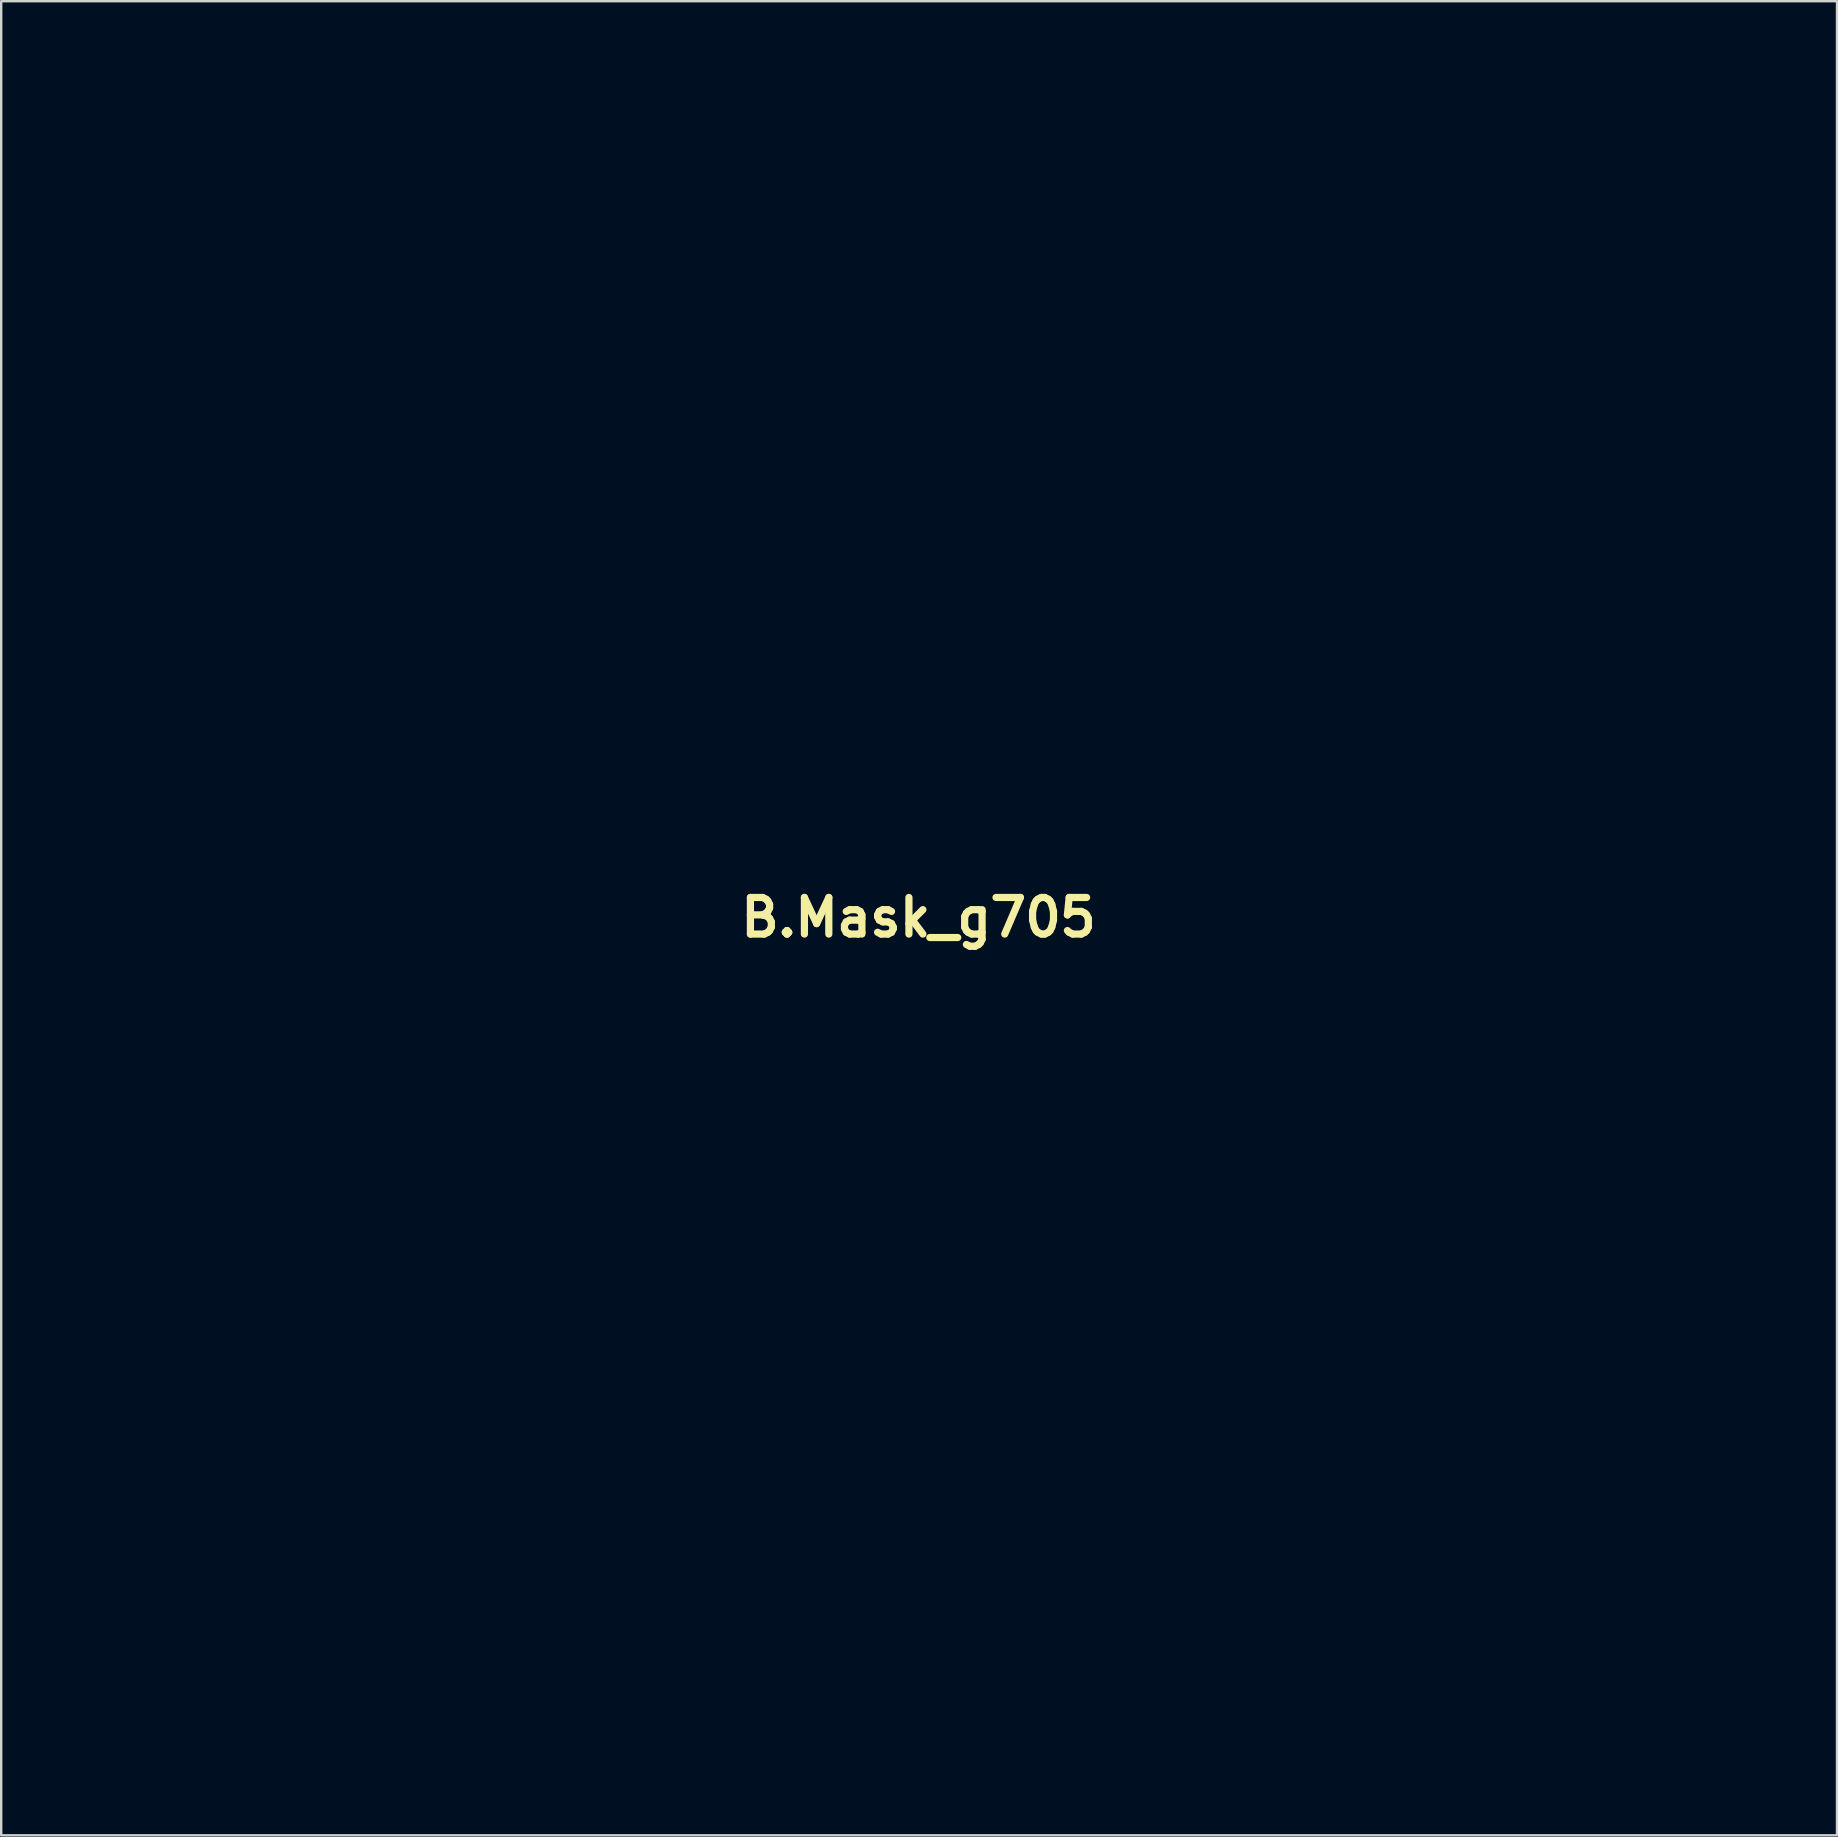
<source format=kicad_pcb>
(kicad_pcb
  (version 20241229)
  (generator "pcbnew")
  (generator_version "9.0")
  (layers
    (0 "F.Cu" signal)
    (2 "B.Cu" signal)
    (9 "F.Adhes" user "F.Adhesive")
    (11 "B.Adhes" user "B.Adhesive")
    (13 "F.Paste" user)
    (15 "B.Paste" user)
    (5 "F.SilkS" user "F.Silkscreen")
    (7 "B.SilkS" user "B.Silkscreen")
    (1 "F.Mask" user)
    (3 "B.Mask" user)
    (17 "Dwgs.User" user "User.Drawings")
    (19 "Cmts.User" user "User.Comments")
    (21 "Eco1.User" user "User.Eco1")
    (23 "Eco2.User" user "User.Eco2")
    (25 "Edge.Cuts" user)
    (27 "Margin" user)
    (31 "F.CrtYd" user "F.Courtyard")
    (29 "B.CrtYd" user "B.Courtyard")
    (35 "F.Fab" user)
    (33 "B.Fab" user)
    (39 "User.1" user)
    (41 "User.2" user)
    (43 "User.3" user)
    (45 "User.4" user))
  (footprint "B.Mask_g705"
    (layer "F.Cu")
    (at 35.22 35.178)
    (property "Reference" "B.Mask_g705" (at 0 0 0) (layer "F.SilkS") (effects (font (size 1.524 1.524) (thickness 0.3))))
    (attr through_hole)
    (fp_poly (pts (xy -13.848 32.249) (xy -13.669 32.269) (xy -13.522 32.305) (xy -13.294 32.4) (xy -13.085 32.529) (xy -12.9 32.685) (xy -12.745 32.866) (xy -12.641 33.035) (xy -12.542 33.269) (xy -12.483 33.507) (xy -12.464 33.747) (xy -12.483 33.984) (xy -12.541 34.214) (xy -12.636 34.433) (xy -12.768 34.637) (xy -12.901 34.787) (xy -13.045 34.919) (xy -13.184 35.02) (xy -13.33 35.098) (xy -13.455 35.148) (xy -13.684 35.211) (xy -13.906 35.237) (xy -14.131 35.227) (xy -14.235 35.212) (xy -14.464 35.149) (xy -14.68 35.049) (xy -14.877 34.917) (xy -15.053 34.755) (xy -15.202 34.569) (xy -15.32 34.362) (xy -15.403 34.138) (xy -15.421 34.067) (xy -15.446 33.886) (xy -15.45 33.688) (xy -15.432 33.49) (xy -15.394 33.309) (xy -15.379 33.263) (xy -15.28 33.034) (xy -15.146 32.828) (xy -14.98 32.646) (xy -14.786 32.493) (xy -14.566 32.371) (xy -14.372 32.297) (xy -14.215 32.263) (xy -14.035 32.247) (xy -13.848 32.249)) (stroke (width 0.01) (type solid)) (fill yes) (layer "B.Mask"))
    (fp_poly (pts (xy 14.277 -35.14) (xy 14.514 -35.069) (xy 14.729 -34.963) (xy 14.922 -34.821) (xy 15.091 -34.644) (xy 15.234 -34.435) (xy 15.294 -34.321) (xy 15.382 -34.093) (xy 15.43 -33.86) (xy 15.44 -33.625) (xy 15.413 -33.395) (xy 15.352 -33.172) (xy 15.257 -32.961) (xy 15.13 -32.766) (xy 14.973 -32.591) (xy 14.787 -32.441) (xy 14.574 -32.32) (xy 14.548 -32.308) (xy 14.365 -32.244) (xy 14.163 -32.203) (xy 13.958 -32.185) (xy 13.768 -32.195) (xy 13.767 -32.195) (xy 13.629 -32.218) (xy 13.509 -32.249) (xy 13.39 -32.293) (xy 13.282 -32.342) (xy 13.077 -32.463) (xy 12.897 -32.616) (xy 12.742 -32.796) (xy 12.618 -32.998) (xy 12.526 -33.218) (xy 12.468 -33.45) (xy 12.449 -33.689) (xy 12.452 -33.771) (xy 12.486 -34.015) (xy 12.557 -34.242) (xy 12.666 -34.454) (xy 12.815 -34.653) (xy 12.903 -34.746) (xy 13.094 -34.909) (xy 13.303 -35.034) (xy 13.529 -35.12) (xy 13.769 -35.167) (xy 14.021 -35.173) (xy 14.277 -35.14)) (stroke (width 0.01) (type solid)) (fill yes) (layer "B.Mask"))
    (fp_poly (pts (xy 34.078 -15.422) (xy 34.289 -15.365) (xy 34.455 -15.294) (xy 34.673 -15.156) (xy 34.86 -14.992) (xy 35.013 -14.804) (xy 35.131 -14.594) (xy 35.212 -14.364) (xy 35.256 -14.117) (xy 35.264 -13.959) (xy 35.244 -13.706) (xy 35.185 -13.467) (xy 35.09 -13.245) (xy 34.961 -13.045) (xy 34.799 -12.867) (xy 34.607 -12.716) (xy 34.388 -12.594) (xy 34.227 -12.53) (xy 34.097 -12.499) (xy 33.941 -12.479) (xy 33.773 -12.472) (xy 33.607 -12.477) (xy 33.459 -12.496) (xy 33.401 -12.509) (xy 33.167 -12.591) (xy 32.958 -12.704) (xy 32.776 -12.844) (xy 32.621 -13.007) (xy 32.493 -13.188) (xy 32.395 -13.386) (xy 32.326 -13.594) (xy 32.288 -13.81) (xy 32.281 -14.03) (xy 32.306 -14.249) (xy 32.364 -14.465) (xy 32.457 -14.673) (xy 32.584 -14.869) (xy 32.746 -15.05) (xy 32.824 -15.12) (xy 32.951 -15.211) (xy 33.103 -15.296) (xy 33.262 -15.367) (xy 33.412 -15.416) (xy 33.422 -15.419) (xy 33.632 -15.45) (xy 33.855 -15.45) (xy 34.078 -15.422)) (stroke (width 0.01) (type solid)) (fill yes) (layer "B.Mask"))
    (fp_poly (pts (xy -13.905 -35.173) (xy -13.72 -35.147) (xy -13.536 -35.092) (xy -13.356 -35.014) (xy -13.153 -34.892) (xy -12.972 -34.737) (xy -12.816 -34.553) (xy -12.69 -34.346) (xy -12.603 -34.133) (xy -12.549 -33.893) (xy -12.535 -33.651) (xy -12.56 -33.413) (xy -12.623 -33.182) (xy -12.722 -32.963) (xy -12.857 -32.76) (xy -13.025 -32.577) (xy -13.108 -32.506) (xy -13.307 -32.373) (xy -13.527 -32.274) (xy -13.761 -32.211) (xy -14.003 -32.185) (xy -14.232 -32.197) (xy -14.453 -32.242) (xy -14.656 -32.319) (xy -14.847 -32.431) (xy -15.032 -32.581) (xy -15.093 -32.639) (xy -15.185 -32.735) (xy -15.254 -32.818) (xy -15.309 -32.901) (xy -15.361 -32.997) (xy -15.362 -32.999) (xy -15.435 -33.162) (xy -15.483 -33.31) (xy -15.511 -33.459) (xy -15.522 -33.627) (xy -15.522 -33.687) (xy -15.515 -33.869) (xy -15.491 -34.027) (xy -15.446 -34.178) (xy -15.377 -34.337) (xy -15.371 -34.349) (xy -15.242 -34.564) (xy -15.084 -34.75) (xy -14.899 -34.905) (xy -14.691 -35.026) (xy -14.462 -35.113) (xy -14.215 -35.163) (xy -14.106 -35.173) (xy -13.905 -35.173)) (stroke (width 0.01) (type solid)) (fill yes) (layer "B.Mask"))
    (fp_poly (pts (xy 14.336 32.268) (xy 14.347 32.27) (xy 14.581 32.338) (xy 14.8 32.443) (xy 14.997 32.581) (xy 15.171 32.749) (xy 15.317 32.944) (xy 15.433 33.161) (xy 15.508 33.38) (xy 15.531 33.507) (xy 15.543 33.659) (xy 15.543 33.82) (xy 15.532 33.972) (xy 15.509 34.099) (xy 15.427 34.33) (xy 15.311 34.544) (xy 15.163 34.736) (xy 14.988 34.903) (xy 14.79 35.04) (xy 14.573 35.143) (xy 14.425 35.19) (xy 14.348 35.205) (xy 14.249 35.218) (xy 14.141 35.229) (xy 14.036 35.235) (xy 13.946 35.236) (xy 13.883 35.232) (xy 13.875 35.231) (xy 13.831 35.221) (xy 13.763 35.207) (xy 13.716 35.198) (xy 13.549 35.148) (xy 13.374 35.068) (xy 13.202 34.964) (xy 13.044 34.842) (xy 12.911 34.71) (xy 12.889 34.685) (xy 12.757 34.496) (xy 12.66 34.301) (xy 12.598 34.091) (xy 12.568 33.862) (xy 12.564 33.718) (xy 12.566 33.599) (xy 12.571 33.508) (xy 12.581 33.434) (xy 12.598 33.363) (xy 12.623 33.285) (xy 12.724 33.051) (xy 12.855 32.843) (xy 13.014 32.662) (xy 13.196 32.51) (xy 13.399 32.39) (xy 13.618 32.304) (xy 13.849 32.253) (xy 14.09 32.24) (xy 14.336 32.268)) (stroke (width 0.01) (type solid)) (fill yes) (layer "B.Mask"))
    (fp_poly (pts (xy 33.919 12.532) (xy 34.078 12.557) (xy 34.232 12.604) (xy 34.398 12.675) (xy 34.417 12.684) (xy 34.508 12.732) (xy 34.586 12.783) (xy 34.664 12.845) (xy 34.753 12.928) (xy 34.789 12.964) (xy 34.881 13.059) (xy 34.95 13.138) (xy 35.003 13.214) (xy 35.051 13.298) (xy 35.07 13.335) (xy 35.142 13.498) (xy 35.191 13.647) (xy 35.218 13.797) (xy 35.229 13.965) (xy 35.229 14.023) (xy 35.222 14.208) (xy 35.196 14.368) (xy 35.15 14.52) (xy 35.08 14.679) (xy 34.948 14.897) (xy 34.787 15.086) (xy 34.599 15.244) (xy 34.385 15.369) (xy 34.195 15.444) (xy 34.051 15.479) (xy 33.888 15.501) (xy 33.718 15.51) (xy 33.559 15.504) (xy 33.433 15.485) (xy 33.191 15.409) (xy 32.971 15.3) (xy 32.776 15.161) (xy 32.607 14.996) (xy 32.468 14.808) (xy 32.359 14.602) (xy 32.284 14.38) (xy 32.245 14.146) (xy 32.243 13.904) (xy 32.281 13.66) (xy 32.312 13.561) (xy 32.362 13.442) (xy 32.423 13.316) (xy 32.489 13.198) (xy 32.553 13.101) (xy 32.576 13.07) (xy 32.755 12.887) (xy 32.955 12.74) (xy 33.174 12.63) (xy 33.409 12.558) (xy 33.657 12.526) (xy 33.74 12.524) (xy 33.919 12.532)) (stroke (width 0.01) (type solid)) (fill yes) (layer "B.Mask"))
    (fp_poly (pts (xy -33.594 -15.44) (xy -33.501 -15.437) (xy -33.429 -15.431) (xy -33.367 -15.419) (xy -33.305 -15.402) (xy -33.242 -15.381) (xy -33.01 -15.278) (xy -32.801 -15.141) (xy -32.619 -14.973) (xy -32.466 -14.776) (xy -32.345 -14.554) (xy -32.276 -14.372) (xy -32.254 -14.293) (xy -32.239 -14.218) (xy -32.231 -14.135) (xy -32.228 -14.031) (xy -32.228 -13.949) (xy -32.23 -13.827) (xy -32.236 -13.734) (xy -32.247 -13.656) (xy -32.265 -13.582) (xy -32.286 -13.515) (xy -32.364 -13.318) (xy -32.466 -13.143) (xy -32.598 -12.977) (xy -32.67 -12.901) (xy -32.861 -12.737) (xy -33.069 -12.612) (xy -33.297 -12.524) (xy -33.351 -12.509) (xy -33.522 -12.479) (xy -33.713 -12.468) (xy -33.903 -12.477) (xy -34.077 -12.505) (xy -34.095 -12.51) (xy -34.326 -12.592) (xy -34.539 -12.711) (xy -34.733 -12.869) (xy -34.766 -12.901) (xy -34.896 -13.043) (xy -34.996 -13.179) (xy -35.074 -13.323) (xy -35.129 -13.463) (xy -35.193 -13.708) (xy -35.215 -13.954) (xy -35.197 -14.198) (xy -35.137 -14.436) (xy -35.038 -14.663) (xy -34.97 -14.779) (xy -34.817 -14.974) (xy -34.633 -15.142) (xy -34.422 -15.279) (xy -34.187 -15.383) (xy -34.186 -15.384) (xy -34.118 -15.407) (xy -34.058 -15.422) (xy -33.995 -15.432) (xy -33.919 -15.438) (xy -33.819 -15.44) (xy -33.718 -15.44) (xy -33.594 -15.44)) (stroke (width 0.01) (type solid)) (fill yes) (layer "B.Mask"))
    (fp_poly (pts (xy -33.465 12.543) (xy -33.226 12.601) (xy -33.004 12.698) (xy -32.799 12.834) (xy -32.612 13.007) (xy -32.569 13.057) (xy -32.5 13.15) (xy -32.429 13.268) (xy -32.361 13.399) (xy -32.304 13.527) (xy -32.265 13.639) (xy -32.259 13.66) (xy -32.222 13.905) (xy -32.225 14.146) (xy -32.266 14.381) (xy -32.342 14.604) (xy -32.451 14.812) (xy -32.591 15.001) (xy -32.761 15.167) (xy -32.956 15.305) (xy -33.176 15.413) (xy -33.263 15.444) (xy -33.384 15.474) (xy -33.527 15.495) (xy -33.679 15.508) (xy -33.824 15.51) (xy -33.95 15.501) (xy -33.992 15.494) (xy -34.239 15.421) (xy -34.466 15.313) (xy -34.668 15.173) (xy -34.844 15.002) (xy -34.991 14.805) (xy -35.105 14.583) (xy -35.171 14.391) (xy -35.194 14.27) (xy -35.206 14.123) (xy -35.208 13.966) (xy -35.199 13.814) (xy -35.18 13.682) (xy -35.172 13.652) (xy -35.146 13.568) (xy -35.106 13.465) (xy -35.061 13.362) (xy -35.048 13.335) (xy -35.001 13.245) (xy -34.95 13.167) (xy -34.888 13.089) (xy -34.805 13) (xy -34.768 12.962) (xy -34.674 12.871) (xy -34.596 12.804) (xy -34.522 12.752) (xy -34.442 12.706) (xy -34.395 12.683) (xy -34.227 12.61) (xy -34.073 12.561) (xy -33.918 12.534) (xy -33.745 12.524) (xy -33.718 12.524) (xy -33.465 12.543)) (stroke (width 0.01) (type solid)) (fill yes) (layer "B.Mask")))
  (gr_rect
    (start -3 -3)
    (end 73.489 73.421)
    (stroke (width 0.1) (type default))
    (fill no)
    (layer "Edge.Cuts")))
</source>
